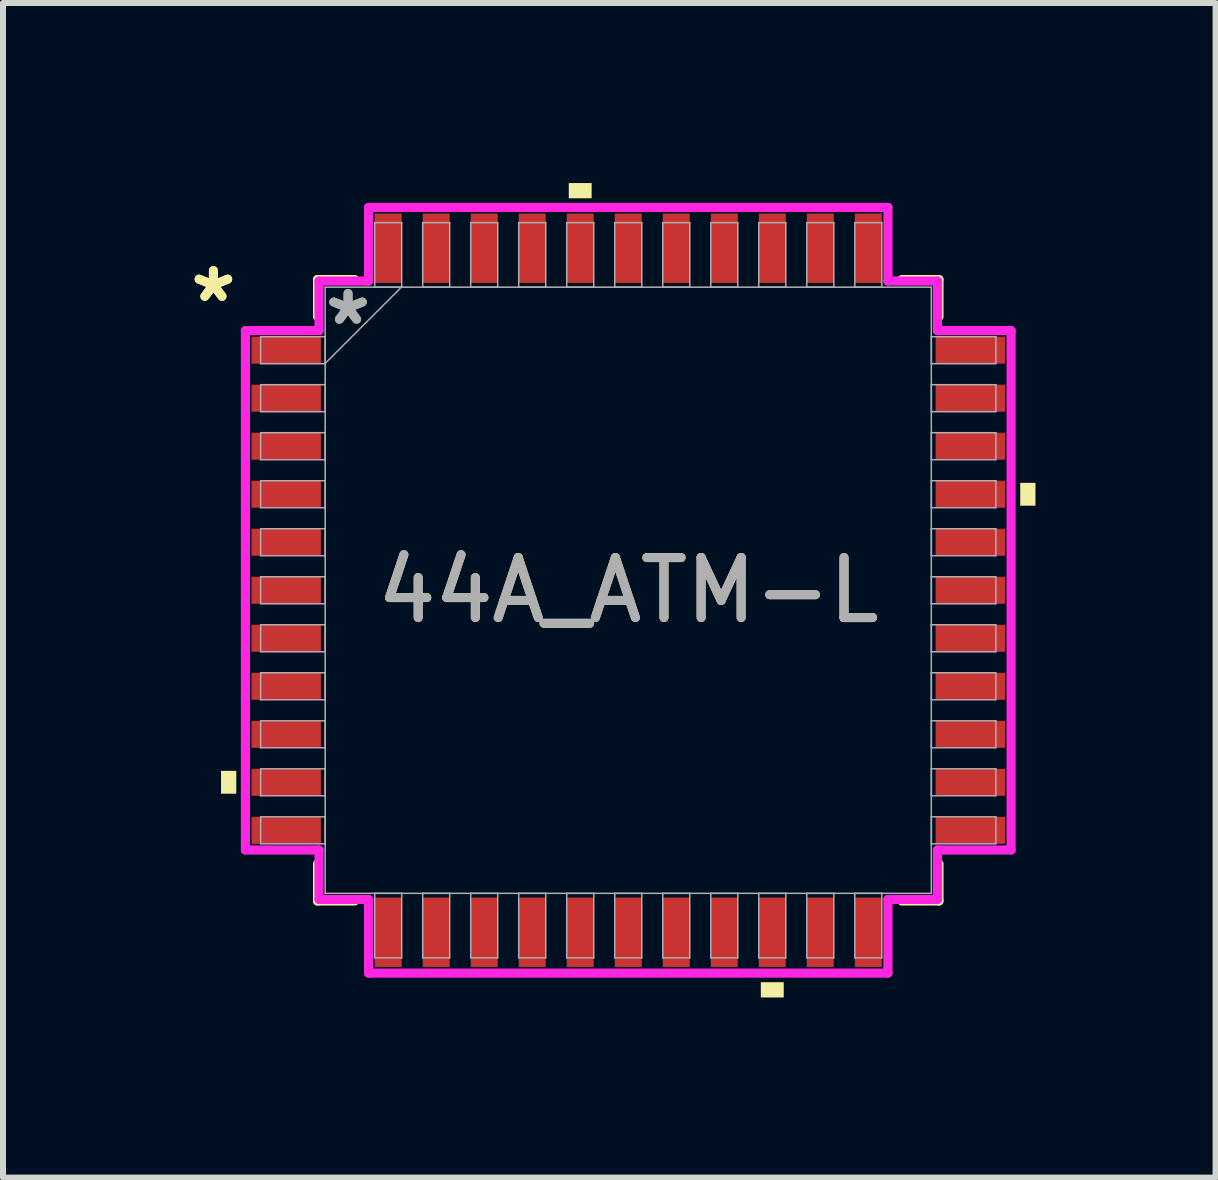
<source format=kicad_pcb>
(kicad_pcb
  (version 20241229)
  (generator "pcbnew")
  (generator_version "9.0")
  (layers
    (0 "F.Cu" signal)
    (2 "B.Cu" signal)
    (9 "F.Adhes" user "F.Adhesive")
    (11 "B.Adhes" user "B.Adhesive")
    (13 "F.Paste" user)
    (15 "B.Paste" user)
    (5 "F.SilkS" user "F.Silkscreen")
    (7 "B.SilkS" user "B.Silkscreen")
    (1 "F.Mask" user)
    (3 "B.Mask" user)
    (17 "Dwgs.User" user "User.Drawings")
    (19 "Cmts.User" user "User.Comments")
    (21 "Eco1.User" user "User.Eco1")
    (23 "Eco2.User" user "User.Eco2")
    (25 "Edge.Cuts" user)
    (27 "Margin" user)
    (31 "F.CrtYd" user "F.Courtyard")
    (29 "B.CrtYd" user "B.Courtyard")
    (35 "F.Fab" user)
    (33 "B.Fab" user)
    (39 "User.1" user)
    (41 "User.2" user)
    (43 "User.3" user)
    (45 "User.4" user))
  (footprint "44A_ATM-L"
    (layer "F.Cu")
    (at 7.418 6.785)
    (property "Reference" "44A_ATM-L" (at 0 0 0) (unlocked yes) (layer "F.SilkS") (effects (font (size 1 1) (thickness 0.15))))
    (attr smd)
    (fp_line (start -5.177 -5.177) (end -5.177 -4.558) (stroke (width 0.152) (type solid)) (layer "F.SilkS"))
    (fp_line (start -5.177 4.558) (end -5.177 5.177) (stroke (width 0.152) (type solid)) (layer "F.SilkS"))
    (fp_line (start -5.177 5.177) (end -4.558 5.177) (stroke (width 0.152) (type solid)) (layer "F.SilkS"))
    (fp_line (start -4.558 -5.177) (end -5.177 -5.177) (stroke (width 0.152) (type solid)) (layer "F.SilkS"))
    (fp_line (start 4.558 5.177) (end 5.177 5.177) (stroke (width 0.152) (type solid)) (layer "F.SilkS"))
    (fp_line (start 5.177 -5.177) (end 4.558 -5.177) (stroke (width 0.152) (type solid)) (layer "F.SilkS"))
    (fp_line (start 5.177 -4.558) (end 5.177 -5.177) (stroke (width 0.152) (type solid)) (layer "F.SilkS"))
    (fp_line (start 5.177 5.177) (end 5.177 4.558) (stroke (width 0.152) (type solid)) (layer "F.SilkS"))
    (fp_poly (pts (xy -6.785 3.009) (xy -6.785 3.39) (xy -6.531 3.39) (xy -6.531 3.009)) (stroke (width 0) (type solid)) (fill yes) (layer "F.SilkS"))
    (fp_poly (pts (xy -0.991 -6.531) (xy -0.991 -6.785) (xy -0.61 -6.785) (xy -0.61 -6.531)) (stroke (width 0) (type solid)) (fill yes) (layer "F.SilkS"))
    (fp_poly (pts (xy 2.209 6.531) (xy 2.209 6.785) (xy 2.591 6.785) (xy 2.591 6.531)) (stroke (width 0) (type solid)) (fill yes) (layer "F.SilkS"))
    (fp_poly (pts (xy 6.785 -1.79) (xy 6.785 -1.409) (xy 6.531 -1.409) (xy 6.531 -1.79)) (stroke (width 0) (type solid)) (fill yes) (layer "F.SilkS"))
    (fp_line (start -6.379 -4.327) (end -5.152 -4.327) (stroke (width 0.152) (type solid)) (layer "F.CrtYd"))
    (fp_line (start -6.379 4.327) (end -6.379 -4.327) (stroke (width 0.152) (type solid)) (layer "F.CrtYd"))
    (fp_line (start -5.152 -5.152) (end -4.327 -5.152) (stroke (width 0.152) (type solid)) (layer "F.CrtYd"))
    (fp_line (start -5.152 -4.327) (end -5.152 -5.152) (stroke (width 0.152) (type solid)) (layer "F.CrtYd"))
    (fp_line (start -5.152 4.327) (end -6.379 4.327) (stroke (width 0.152) (type solid)) (layer "F.CrtYd"))
    (fp_line (start -5.152 5.152) (end -5.152 4.327) (stroke (width 0.152) (type solid)) (layer "F.CrtYd"))
    (fp_line (start -5.152 5.152) (end -4.327 5.152) (stroke (width 0.152) (type solid)) (layer "F.CrtYd"))
    (fp_line (start -4.327 -6.379) (end 4.327 -6.379) (stroke (width 0.152) (type solid)) (layer "F.CrtYd"))
    (fp_line (start -4.327 -5.152) (end -4.327 -6.379) (stroke (width 0.152) (type solid)) (layer "F.CrtYd"))
    (fp_line (start -4.327 5.152) (end -4.327 6.379) (stroke (width 0.152) (type solid)) (layer "F.CrtYd"))
    (fp_line (start -4.327 6.379) (end 4.327 6.379) (stroke (width 0.152) (type solid)) (layer "F.CrtYd"))
    (fp_line (start 4.327 -6.379) (end 4.327 -5.152) (stroke (width 0.152) (type solid)) (layer "F.CrtYd"))
    (fp_line (start 4.327 -5.152) (end 5.152 -5.152) (stroke (width 0.152) (type solid)) (layer "F.CrtYd"))
    (fp_line (start 4.327 5.152) (end 5.152 5.152) (stroke (width 0.152) (type solid)) (layer "F.CrtYd"))
    (fp_line (start 4.327 6.379) (end 4.327 5.152) (stroke (width 0.152) (type solid)) (layer "F.CrtYd"))
    (fp_line (start 5.152 -4.327) (end 5.152 -5.152) (stroke (width 0.152) (type solid)) (layer "F.CrtYd"))
    (fp_line (start 5.152 4.327) (end 6.379 4.327) (stroke (width 0.152) (type solid)) (layer "F.CrtYd"))
    (fp_line (start 5.152 5.152) (end 5.152 4.327) (stroke (width 0.152) (type solid)) (layer "F.CrtYd"))
    (fp_line (start 6.379 -4.327) (end 5.152 -4.327) (stroke (width 0.152) (type solid)) (layer "F.CrtYd"))
    (fp_line (start 6.379 4.327) (end 6.379 -4.327) (stroke (width 0.152) (type solid)) (layer "F.CrtYd"))
    (fp_line (start -6.125 -4.225) (end -6.125 -3.775) (stroke (width 0.025) (type solid)) (layer "F.Fab"))
    (fp_line (start -6.125 -3.775) (end -5.05 -3.775) (stroke (width 0.025) (type solid)) (layer "F.Fab"))
    (fp_line (start -6.125 -3.425) (end -6.125 -2.975) (stroke (width 0.025) (type solid)) (layer "F.Fab"))
    (fp_line (start -6.125 -2.975) (end -5.05 -2.975) (stroke (width 0.025) (type solid)) (layer "F.Fab"))
    (fp_line (start -6.125 -2.625) (end -6.125 -2.175) (stroke (width 0.025) (type solid)) (layer "F.Fab"))
    (fp_line (start -6.125 -2.175) (end -5.05 -2.175) (stroke (width 0.025) (type solid)) (layer "F.Fab"))
    (fp_line (start -6.125 -1.825) (end -6.125 -1.375) (stroke (width 0.025) (type solid)) (layer "F.Fab"))
    (fp_line (start -6.125 -1.375) (end -5.05 -1.375) (stroke (width 0.025) (type solid)) (layer "F.Fab"))
    (fp_line (start -6.125 -1.025) (end -6.125 -0.575) (stroke (width 0.025) (type solid)) (layer "F.Fab"))
    (fp_line (start -6.125 -0.575) (end -5.05 -0.575) (stroke (width 0.025) (type solid)) (layer "F.Fab"))
    (fp_line (start -6.125 -0.225) (end -6.125 0.225) (stroke (width 0.025) (type solid)) (layer "F.Fab"))
    (fp_line (start -6.125 0.225) (end -5.05 0.225) (stroke (width 0.025) (type solid)) (layer "F.Fab"))
    (fp_line (start -6.125 0.575) (end -6.125 1.025) (stroke (width 0.025) (type solid)) (layer "F.Fab"))
    (fp_line (start -6.125 1.025) (end -5.05 1.025) (stroke (width 0.025) (type solid)) (layer "F.Fab"))
    (fp_line (start -6.125 1.375) (end -6.125 1.825) (stroke (width 0.025) (type solid)) (layer "F.Fab"))
    (fp_line (start -6.125 1.825) (end -5.05 1.825) (stroke (width 0.025) (type solid)) (layer "F.Fab"))
    (fp_line (start -6.125 2.175) (end -6.125 2.625) (stroke (width 0.025) (type solid)) (layer "F.Fab"))
    (fp_line (start -6.125 2.625) (end -5.05 2.625) (stroke (width 0.025) (type solid)) (layer "F.Fab"))
    (fp_line (start -6.125 2.975) (end -6.125 3.425) (stroke (width 0.025) (type solid)) (layer "F.Fab"))
    (fp_line (start -6.125 3.425) (end -5.05 3.425) (stroke (width 0.025) (type solid)) (layer "F.Fab"))
    (fp_line (start -6.125 3.775) (end -6.125 4.225) (stroke (width 0.025) (type solid)) (layer "F.Fab"))
    (fp_line (start -6.125 4.225) (end -5.05 4.225) (stroke (width 0.025) (type solid)) (layer "F.Fab"))
    (fp_line (start -5.05 -5.05) (end -5.05 5.05) (stroke (width 0.025) (type solid)) (layer "F.Fab"))
    (fp_line (start -5.05 -4.225) (end -6.125 -4.225) (stroke (width 0.025) (type solid)) (layer "F.Fab"))
    (fp_line (start -5.05 -3.78) (end -3.78 -5.05) (stroke (width 0.025) (type solid)) (layer "F.Fab"))
    (fp_line (start -5.05 -3.775) (end -5.05 -4.225) (stroke (width 0.025) (type solid)) (layer "F.Fab"))
    (fp_line (start -5.05 -3.425) (end -6.125 -3.425) (stroke (width 0.025) (type solid)) (layer "F.Fab"))
    (fp_line (start -5.05 -2.975) (end -5.05 -3.425) (stroke (width 0.025) (type solid)) (layer "F.Fab"))
    (fp_line (start -5.05 -2.625) (end -6.125 -2.625) (stroke (width 0.025) (type solid)) (layer "F.Fab"))
    (fp_line (start -5.05 -2.175) (end -5.05 -2.625) (stroke (width 0.025) (type solid)) (layer "F.Fab"))
    (fp_line (start -5.05 -1.825) (end -6.125 -1.825) (stroke (width 0.025) (type solid)) (layer "F.Fab"))
    (fp_line (start -5.05 -1.375) (end -5.05 -1.825) (stroke (width 0.025) (type solid)) (layer "F.Fab"))
    (fp_line (start -5.05 -1.025) (end -6.125 -1.025) (stroke (width 0.025) (type solid)) (layer "F.Fab"))
    (fp_line (start -5.05 -0.575) (end -5.05 -1.025) (stroke (width 0.025) (type solid)) (layer "F.Fab"))
    (fp_line (start -5.05 -0.225) (end -6.125 -0.225) (stroke (width 0.025) (type solid)) (layer "F.Fab"))
    (fp_line (start -5.05 0.225) (end -5.05 -0.225) (stroke (width 0.025) (type solid)) (layer "F.Fab"))
    (fp_line (start -5.05 0.575) (end -6.125 0.575) (stroke (width 0.025) (type solid)) (layer "F.Fab"))
    (fp_line (start -5.05 1.025) (end -5.05 0.575) (stroke (width 0.025) (type solid)) (layer "F.Fab"))
    (fp_line (start -5.05 1.375) (end -6.125 1.375) (stroke (width 0.025) (type solid)) (layer "F.Fab"))
    (fp_line (start -5.05 1.825) (end -5.05 1.375) (stroke (width 0.025) (type solid)) (layer "F.Fab"))
    (fp_line (start -5.05 2.175) (end -6.125 2.175) (stroke (width 0.025) (type solid)) (layer "F.Fab"))
    (fp_line (start -5.05 2.625) (end -5.05 2.175) (stroke (width 0.025) (type solid)) (layer "F.Fab"))
    (fp_line (start -5.05 2.975) (end -6.125 2.975) (stroke (width 0.025) (type solid)) (layer "F.Fab"))
    (fp_line (start -5.05 3.425) (end -5.05 2.975) (stroke (width 0.025) (type solid)) (layer "F.Fab"))
    (fp_line (start -5.05 3.775) (end -6.125 3.775) (stroke (width 0.025) (type solid)) (layer "F.Fab"))
    (fp_line (start -5.05 4.225) (end -5.05 3.775) (stroke (width 0.025) (type solid)) (layer "F.Fab"))
    (fp_line (start -5.05 5.05) (end 5.05 5.05) (stroke (width 0.025) (type solid)) (layer "F.Fab"))
    (fp_line (start -4.225 5.05) (end -4.225 6.125) (stroke (width 0.025) (type solid)) (layer "F.Fab"))
    (fp_line (start -4.225 6.125) (end -3.775 6.125) (stroke (width 0.025) (type solid)) (layer "F.Fab"))
    (fp_line (start -4.225 -6.125) (end -4.225 -5.05) (stroke (width 0.025) (type solid)) (layer "F.Fab"))
    (fp_line (start -4.225 -5.05) (end -3.775 -5.05) (stroke (width 0.025) (type solid)) (layer "F.Fab"))
    (fp_line (start -3.775 5.05) (end -4.225 5.05) (stroke (width 0.025) (type solid)) (layer "F.Fab"))
    (fp_line (start -3.775 6.125) (end -3.775 5.05) (stroke (width 0.025) (type solid)) (layer "F.Fab"))
    (fp_line (start -3.775 -6.125) (end -4.225 -6.125) (stroke (width 0.025) (type solid)) (layer "F.Fab"))
    (fp_line (start -3.775 -5.05) (end -3.775 -6.125) (stroke (width 0.025) (type solid)) (layer "F.Fab"))
    (fp_line (start -3.425 -6.125) (end -3.425 -5.05) (stroke (width 0.025) (type solid)) (layer "F.Fab"))
    (fp_line (start -3.425 -5.05) (end -2.975 -5.05) (stroke (width 0.025) (type solid)) (layer "F.Fab"))
    (fp_line (start -3.425 5.05) (end -3.425 6.125) (stroke (width 0.025) (type solid)) (layer "F.Fab"))
    (fp_line (start -3.425 6.125) (end -2.975 6.125) (stroke (width 0.025) (type solid)) (layer "F.Fab"))
    (fp_line (start -2.975 5.05) (end -3.425 5.05) (stroke (width 0.025) (type solid)) (layer "F.Fab"))
    (fp_line (start -2.975 6.125) (end -2.975 5.05) (stroke (width 0.025) (type solid)) (layer "F.Fab"))
    (fp_line (start -2.975 -6.125) (end -3.425 -6.125) (stroke (width 0.025) (type solid)) (layer "F.Fab"))
    (fp_line (start -2.975 -5.05) (end -2.975 -6.125) (stroke (width 0.025) (type solid)) (layer "F.Fab"))
    (fp_line (start -2.625 -6.125) (end -2.625 -5.05) (stroke (width 0.025) (type solid)) (layer "F.Fab"))
    (fp_line (start -2.625 -5.05) (end -2.175 -5.05) (stroke (width 0.025) (type solid)) (layer "F.Fab"))
    (fp_line (start -2.625 5.05) (end -2.625 6.125) (stroke (width 0.025) (type solid)) (layer "F.Fab"))
    (fp_line (start -2.625 6.125) (end -2.175 6.125) (stroke (width 0.025) (type solid)) (layer "F.Fab"))
    (fp_line (start -2.175 -6.125) (end -2.625 -6.125) (stroke (width 0.025) (type solid)) (layer "F.Fab"))
    (fp_line (start -2.175 -5.05) (end -2.175 -6.125) (stroke (width 0.025) (type solid)) (layer "F.Fab"))
    (fp_line (start -2.175 5.05) (end -2.625 5.05) (stroke (width 0.025) (type solid)) (layer "F.Fab"))
    (fp_line (start -2.175 6.125) (end -2.175 5.05) (stroke (width 0.025) (type solid)) (layer "F.Fab"))
    (fp_line (start -1.825 -6.125) (end -1.825 -5.05) (stroke (width 0.025) (type solid)) (layer "F.Fab"))
    (fp_line (start -1.825 -5.05) (end -1.375 -5.05) (stroke (width 0.025) (type solid)) (layer "F.Fab"))
    (fp_line (start -1.825 5.05) (end -1.825 6.125) (stroke (width 0.025) (type solid)) (layer "F.Fab"))
    (fp_line (start -1.825 6.125) (end -1.375 6.125) (stroke (width 0.025) (type solid)) (layer "F.Fab"))
    (fp_line (start -1.375 -6.125) (end -1.825 -6.125) (stroke (width 0.025) (type solid)) (layer "F.Fab"))
    (fp_line (start -1.375 -5.05) (end -1.375 -6.125) (stroke (width 0.025) (type solid)) (layer "F.Fab"))
    (fp_line (start -1.375 5.05) (end -1.825 5.05) (stroke (width 0.025) (type solid)) (layer "F.Fab"))
    (fp_line (start -1.375 6.125) (end -1.375 5.05) (stroke (width 0.025) (type solid)) (layer "F.Fab"))
    (fp_line (start -1.025 -6.125) (end -1.025 -5.05) (stroke (width 0.025) (type solid)) (layer "F.Fab"))
    (fp_line (start -1.025 -5.05) (end -0.575 -5.05) (stroke (width 0.025) (type solid)) (layer "F.Fab"))
    (fp_line (start -1.025 5.05) (end -1.025 6.125) (stroke (width 0.025) (type solid)) (layer "F.Fab"))
    (fp_line (start -1.025 6.125) (end -0.575 6.125) (stroke (width 0.025) (type solid)) (layer "F.Fab"))
    (fp_line (start -0.575 -6.125) (end -1.025 -6.125) (stroke (width 0.025) (type solid)) (layer "F.Fab"))
    (fp_line (start -0.575 -5.05) (end -0.575 -6.125) (stroke (width 0.025) (type solid)) (layer "F.Fab"))
    (fp_line (start -0.575 5.05) (end -1.025 5.05) (stroke (width 0.025) (type solid)) (layer "F.Fab"))
    (fp_line (start -0.575 6.125) (end -0.575 5.05) (stroke (width 0.025) (type solid)) (layer "F.Fab"))
    (fp_line (start -0.225 -6.125) (end -0.225 -5.05) (stroke (width 0.025) (type solid)) (layer "F.Fab"))
    (fp_line (start -0.225 -5.05) (end 0.225 -5.05) (stroke (width 0.025) (type solid)) (layer "F.Fab"))
    (fp_line (start -0.225 5.05) (end -0.225 6.125) (stroke (width 0.025) (type solid)) (layer "F.Fab"))
    (fp_line (start -0.225 6.125) (end 0.225 6.125) (stroke (width 0.025) (type solid)) (layer "F.Fab"))
    (fp_line (start 0.225 -6.125) (end -0.225 -6.125) (stroke (width 0.025) (type solid)) (layer "F.Fab"))
    (fp_line (start 0.225 -5.05) (end 0.225 -6.125) (stroke (width 0.025) (type solid)) (layer "F.Fab"))
    (fp_line (start 0.225 5.05) (end -0.225 5.05) (stroke (width 0.025) (type solid)) (layer "F.Fab"))
    (fp_line (start 0.225 6.125) (end 0.225 5.05) (stroke (width 0.025) (type solid)) (layer "F.Fab"))
    (fp_line (start 0.575 -6.125) (end 0.575 -5.05) (stroke (width 0.025) (type solid)) (layer "F.Fab"))
    (fp_line (start 0.575 -5.05) (end 1.025 -5.05) (stroke (width 0.025) (type solid)) (layer "F.Fab"))
    (fp_line (start 0.575 5.05) (end 0.575 6.125) (stroke (width 0.025) (type solid)) (layer "F.Fab"))
    (fp_line (start 0.575 6.125) (end 1.025 6.125) (stroke (width 0.025) (type solid)) (layer "F.Fab"))
    (fp_line (start 1.025 -6.125) (end 0.575 -6.125) (stroke (width 0.025) (type solid)) (layer "F.Fab"))
    (fp_line (start 1.025 -5.05) (end 1.025 -6.125) (stroke (width 0.025) (type solid)) (layer "F.Fab"))
    (fp_line (start 1.025 5.05) (end 0.575 5.05) (stroke (width 0.025) (type solid)) (layer "F.Fab"))
    (fp_line (start 1.025 6.125) (end 1.025 5.05) (stroke (width 0.025) (type solid)) (layer "F.Fab"))
    (fp_line (start 1.375 -6.125) (end 1.375 -5.05) (stroke (width 0.025) (type solid)) (layer "F.Fab"))
    (fp_line (start 1.375 -5.05) (end 1.825 -5.05) (stroke (width 0.025) (type solid)) (layer "F.Fab"))
    (fp_line (start 1.375 5.05) (end 1.375 6.125) (stroke (width 0.025) (type solid)) (layer "F.Fab"))
    (fp_line (start 1.375 6.125) (end 1.825 6.125) (stroke (width 0.025) (type solid)) (layer "F.Fab"))
    (fp_line (start 1.825 -6.125) (end 1.375 -6.125) (stroke (width 0.025) (type solid)) (layer "F.Fab"))
    (fp_line (start 1.825 -5.05) (end 1.825 -6.125) (stroke (width 0.025) (type solid)) (layer "F.Fab"))
    (fp_line (start 1.825 5.05) (end 1.375 5.05) (stroke (width 0.025) (type solid)) (layer "F.Fab"))
    (fp_line (start 1.825 6.125) (end 1.825 5.05) (stroke (width 0.025) (type solid)) (layer "F.Fab"))
    (fp_line (start 2.175 -6.125) (end 2.175 -5.05) (stroke (width 0.025) (type solid)) (layer "F.Fab"))
    (fp_line (start 2.175 -5.05) (end 2.625 -5.05) (stroke (width 0.025) (type solid)) (layer "F.Fab"))
    (fp_line (start 2.175 5.05) (end 2.175 6.125) (stroke (width 0.025) (type solid)) (layer "F.Fab"))
    (fp_line (start 2.175 6.125) (end 2.625 6.125) (stroke (width 0.025) (type solid)) (layer "F.Fab"))
    (fp_line (start 2.625 -6.125) (end 2.175 -6.125) (stroke (width 0.025) (type solid)) (layer "F.Fab"))
    (fp_line (start 2.625 -5.05) (end 2.625 -6.125) (stroke (width 0.025) (type solid)) (layer "F.Fab"))
    (fp_line (start 2.625 5.05) (end 2.175 5.05) (stroke (width 0.025) (type solid)) (layer "F.Fab"))
    (fp_line (start 2.625 6.125) (end 2.625 5.05) (stroke (width 0.025) (type solid)) (layer "F.Fab"))
    (fp_line (start 2.975 5.05) (end 2.975 6.125) (stroke (width 0.025) (type solid)) (layer "F.Fab"))
    (fp_line (start 2.975 6.125) (end 3.425 6.125) (stroke (width 0.025) (type solid)) (layer "F.Fab"))
    (fp_line (start 2.975 -6.125) (end 2.975 -5.05) (stroke (width 0.025) (type solid)) (layer "F.Fab"))
    (fp_line (start 2.975 -5.05) (end 3.425 -5.05) (stroke (width 0.025) (type solid)) (layer "F.Fab"))
    (fp_line (start 3.425 -6.125) (end 2.975 -6.125) (stroke (width 0.025) (type solid)) (layer "F.Fab"))
    (fp_line (start 3.425 -5.05) (end 3.425 -6.125) (stroke (width 0.025) (type solid)) (layer "F.Fab"))
    (fp_line (start 3.425 5.05) (end 2.975 5.05) (stroke (width 0.025) (type solid)) (layer "F.Fab"))
    (fp_line (start 3.425 6.125) (end 3.425 5.05) (stroke (width 0.025) (type solid)) (layer "F.Fab"))
    (fp_line (start 3.775 5.05) (end 3.775 6.125) (stroke (width 0.025) (type solid)) (layer "F.Fab"))
    (fp_line (start 3.775 6.125) (end 4.225 6.125) (stroke (width 0.025) (type solid)) (layer "F.Fab"))
    (fp_line (start 3.775 -6.125) (end 3.775 -5.05) (stroke (width 0.025) (type solid)) (layer "F.Fab"))
    (fp_line (start 3.775 -5.05) (end 4.225 -5.05) (stroke (width 0.025) (type solid)) (layer "F.Fab"))
    (fp_line (start 4.225 5.05) (end 3.775 5.05) (stroke (width 0.025) (type solid)) (layer "F.Fab"))
    (fp_line (start 4.225 6.125) (end 4.225 5.05) (stroke (width 0.025) (type solid)) (layer "F.Fab"))
    (fp_line (start 4.225 -6.125) (end 3.775 -6.125) (stroke (width 0.025) (type solid)) (layer "F.Fab"))
    (fp_line (start 4.225 -5.05) (end 4.225 -6.125) (stroke (width 0.025) (type solid)) (layer "F.Fab"))
    (fp_line (start 5.05 -5.05) (end -5.05 -5.05) (stroke (width 0.025) (type solid)) (layer "F.Fab"))
    (fp_line (start 5.05 -4.225) (end 5.05 -3.775) (stroke (width 0.025) (type solid)) (layer "F.Fab"))
    (fp_line (start 5.05 -3.775) (end 6.125 -3.775) (stroke (width 0.025) (type solid)) (layer "F.Fab"))
    (fp_line (start 5.05 -3.425) (end 5.05 -2.975) (stroke (width 0.025) (type solid)) (layer "F.Fab"))
    (fp_line (start 5.05 -2.975) (end 6.125 -2.975) (stroke (width 0.025) (type solid)) (layer "F.Fab"))
    (fp_line (start 5.05 -2.625) (end 5.05 -2.175) (stroke (width 0.025) (type solid)) (layer "F.Fab"))
    (fp_line (start 5.05 -2.175) (end 6.125 -2.175) (stroke (width 0.025) (type solid)) (layer "F.Fab"))
    (fp_line (start 5.05 -1.825) (end 5.05 -1.375) (stroke (width 0.025) (type solid)) (layer "F.Fab"))
    (fp_line (start 5.05 -1.375) (end 6.125 -1.375) (stroke (width 0.025) (type solid)) (layer "F.Fab"))
    (fp_line (start 5.05 -1.025) (end 5.05 -0.575) (stroke (width 0.025) (type solid)) (layer "F.Fab"))
    (fp_line (start 5.05 -0.575) (end 6.125 -0.575) (stroke (width 0.025) (type solid)) (layer "F.Fab"))
    (fp_line (start 5.05 -0.225) (end 5.05 0.225) (stroke (width 0.025) (type solid)) (layer "F.Fab"))
    (fp_line (start 5.05 0.225) (end 6.125 0.225) (stroke (width 0.025) (type solid)) (layer "F.Fab"))
    (fp_line (start 5.05 0.575) (end 5.05 1.025) (stroke (width 0.025) (type solid)) (layer "F.Fab"))
    (fp_line (start 5.05 1.025) (end 6.125 1.025) (stroke (width 0.025) (type solid)) (layer "F.Fab"))
    (fp_line (start 5.05 1.375) (end 5.05 1.825) (stroke (width 0.025) (type solid)) (layer "F.Fab"))
    (fp_line (start 5.05 1.825) (end 6.125 1.825) (stroke (width 0.025) (type solid)) (layer "F.Fab"))
    (fp_line (start 5.05 2.175) (end 5.05 2.625) (stroke (width 0.025) (type solid)) (layer "F.Fab"))
    (fp_line (start 5.05 2.625) (end 6.125 2.625) (stroke (width 0.025) (type solid)) (layer "F.Fab"))
    (fp_line (start 5.05 2.975) (end 5.05 3.425) (stroke (width 0.025) (type solid)) (layer "F.Fab"))
    (fp_line (start 5.05 3.425) (end 6.125 3.425) (stroke (width 0.025) (type solid)) (layer "F.Fab"))
    (fp_line (start 5.05 3.775) (end 5.05 4.225) (stroke (width 0.025) (type solid)) (layer "F.Fab"))
    (fp_line (start 5.05 4.225) (end 6.125 4.225) (stroke (width 0.025) (type solid)) (layer "F.Fab"))
    (fp_line (start 5.05 5.05) (end 5.05 -5.05) (stroke (width 0.025) (type solid)) (layer "F.Fab"))
    (fp_line (start 6.125 -4.225) (end 5.05 -4.225) (stroke (width 0.025) (type solid)) (layer "F.Fab"))
    (fp_line (start 6.125 -3.775) (end 6.125 -4.225) (stroke (width 0.025) (type solid)) (layer "F.Fab"))
    (fp_line (start 6.125 -3.425) (end 5.05 -3.425) (stroke (width 0.025) (type solid)) (layer "F.Fab"))
    (fp_line (start 6.125 -2.975) (end 6.125 -3.425) (stroke (width 0.025) (type solid)) (layer "F.Fab"))
    (fp_line (start 6.125 -2.625) (end 5.05 -2.625) (stroke (width 0.025) (type solid)) (layer "F.Fab"))
    (fp_line (start 6.125 -2.175) (end 6.125 -2.625) (stroke (width 0.025) (type solid)) (layer "F.Fab"))
    (fp_line (start 6.125 -1.825) (end 5.05 -1.825) (stroke (width 0.025) (type solid)) (layer "F.Fab"))
    (fp_line (start 6.125 -1.375) (end 6.125 -1.825) (stroke (width 0.025) (type solid)) (layer "F.Fab"))
    (fp_line (start 6.125 -1.025) (end 5.05 -1.025) (stroke (width 0.025) (type solid)) (layer "F.Fab"))
    (fp_line (start 6.125 -0.575) (end 6.125 -1.025) (stroke (width 0.025) (type solid)) (layer "F.Fab"))
    (fp_line (start 6.125 -0.225) (end 5.05 -0.225) (stroke (width 0.025) (type solid)) (layer "F.Fab"))
    (fp_line (start 6.125 0.225) (end 6.125 -0.225) (stroke (width 0.025) (type solid)) (layer "F.Fab"))
    (fp_line (start 6.125 0.575) (end 5.05 0.575) (stroke (width 0.025) (type solid)) (layer "F.Fab"))
    (fp_line (start 6.125 1.025) (end 6.125 0.575) (stroke (width 0.025) (type solid)) (layer "F.Fab"))
    (fp_line (start 6.125 1.375) (end 5.05 1.375) (stroke (width 0.025) (type solid)) (layer "F.Fab"))
    (fp_line (start 6.125 1.825) (end 6.125 1.375) (stroke (width 0.025) (type solid)) (layer "F.Fab"))
    (fp_line (start 6.125 2.175) (end 5.05 2.175) (stroke (width 0.025) (type solid)) (layer "F.Fab"))
    (fp_line (start 6.125 2.625) (end 6.125 2.175) (stroke (width 0.025) (type solid)) (layer "F.Fab"))
    (fp_line (start 6.125 2.975) (end 5.05 2.975) (stroke (width 0.025) (type solid)) (layer "F.Fab"))
    (fp_line (start 6.125 3.425) (end 6.125 2.975) (stroke (width 0.025) (type solid)) (layer "F.Fab"))
    (fp_line (start 6.125 3.775) (end 5.05 3.775) (stroke (width 0.025) (type solid)) (layer "F.Fab"))
    (fp_line (start 6.125 4.225) (end 6.125 3.775) (stroke (width 0.025) (type solid)) (layer "F.Fab"))
    (fp_text user "*" (at -6.912 -4.781 0) (unlocked yes) (layer "F.SilkS") (effects (font (size 1 1) (thickness 0.15))))
    (fp_text user "*" (at -6.912 -4.781 0) (layer "F.SilkS") (effects (font (size 1 1) (thickness 0.15))))
    (fp_text user "*" (at -4.669 -4.4 0) (unlocked yes) (layer "F.Fab") (effects (font (size 1 1) (thickness 0.15))))
    (fp_text user "*" (at -4.669 -4.4 0) (layer "F.Fab") (effects (font (size 1 1) (thickness 0.15))))
    (fp_text user "${REFERENCE}" (at 0 0 0) (unlocked yes) (layer "F.Fab") (effects (font (size 1 1) (thickness 0.15))))
    (pad "1" smd rect (at -5.699 -4 90) (size 0.45 1.156) (layers "F.Cu" "F.Mask" "F.Paste"))
    (pad "2" smd rect (at -5.699 -3.2 90) (size 0.45 1.156) (layers "F.Cu" "F.Mask" "F.Paste"))
    (pad "3" smd rect (at -5.699 -2.4 90) (size 0.45 1.156) (layers "F.Cu" "F.Mask" "F.Paste"))
    (pad "4" smd rect (at -5.699 -1.6 90) (size 0.45 1.156) (layers "F.Cu" "F.Mask" "F.Paste"))
    (pad "5" smd rect (at -5.699 -0.8 90) (size 0.45 1.156) (layers "F.Cu" "F.Mask" "F.Paste"))
    (pad "6" smd rect (at -5.699 0 90) (size 0.45 1.156) (layers "F.Cu" "F.Mask" "F.Paste"))
    (pad "7" smd rect (at -5.699 0.8 90) (size 0.45 1.156) (layers "F.Cu" "F.Mask" "F.Paste"))
    (pad "8" smd rect (at -5.699 1.6 90) (size 0.45 1.156) (layers "F.Cu" "F.Mask" "F.Paste"))
    (pad "9" smd rect (at -5.699 2.4 90) (size 0.45 1.156) (layers "F.Cu" "F.Mask" "F.Paste"))
    (pad "10" smd rect (at -5.699 3.2 90) (size 0.45 1.156) (layers "F.Cu" "F.Mask" "F.Paste"))
    (pad "11" smd rect (at -5.699 4 90) (size 0.45 1.156) (layers "F.Cu" "F.Mask" "F.Paste"))
    (pad "12" smd rect (at -4 5.699) (size 0.45 1.156) (layers "F.Cu" "F.Mask" "F.Paste"))
    (pad "13" smd rect (at -3.2 5.699) (size 0.45 1.156) (layers "F.Cu" "F.Mask" "F.Paste"))
    (pad "14" smd rect (at -2.4 5.699) (size 0.45 1.156) (layers "F.Cu" "F.Mask" "F.Paste"))
    (pad "15" smd rect (at -1.6 5.699) (size 0.45 1.156) (layers "F.Cu" "F.Mask" "F.Paste"))
    (pad "16" smd rect (at -0.8 5.699) (size 0.45 1.156) (layers "F.Cu" "F.Mask" "F.Paste"))
    (pad "17" smd rect (at 0 5.699) (size 0.45 1.156) (layers "F.Cu" "F.Mask" "F.Paste"))
    (pad "18" smd rect (at 0.8 5.699) (size 0.45 1.156) (layers "F.Cu" "F.Mask" "F.Paste"))
    (pad "19" smd rect (at 1.6 5.699) (size 0.45 1.156) (layers "F.Cu" "F.Mask" "F.Paste"))
    (pad "20" smd rect (at 2.4 5.699) (size 0.45 1.156) (layers "F.Cu" "F.Mask" "F.Paste"))
    (pad "21" smd rect (at 3.2 5.699) (size 0.45 1.156) (layers "F.Cu" "F.Mask" "F.Paste"))
    (pad "22" smd rect (at 4 5.699) (size 0.45 1.156) (layers "F.Cu" "F.Mask" "F.Paste"))
    (pad "23" smd rect (at 5.699 4 90) (size 0.45 1.156) (layers "F.Cu" "F.Mask" "F.Paste"))
    (pad "24" smd rect (at 5.699 3.2 90) (size 0.45 1.156) (layers "F.Cu" "F.Mask" "F.Paste"))
    (pad "25" smd rect (at 5.699 2.4 90) (size 0.45 1.156) (layers "F.Cu" "F.Mask" "F.Paste"))
    (pad "26" smd rect (at 5.699 1.6 90) (size 0.45 1.156) (layers "F.Cu" "F.Mask" "F.Paste"))
    (pad "27" smd rect (at 5.699 0.8 90) (size 0.45 1.156) (layers "F.Cu" "F.Mask" "F.Paste"))
    (pad "28" smd rect (at 5.699 0 90) (size 0.45 1.156) (layers "F.Cu" "F.Mask" "F.Paste"))
    (pad "29" smd rect (at 5.699 -0.8 90) (size 0.45 1.156) (layers "F.Cu" "F.Mask" "F.Paste"))
    (pad "30" smd rect (at 5.699 -1.6 90) (size 0.45 1.156) (layers "F.Cu" "F.Mask" "F.Paste"))
    (pad "31" smd rect (at 5.699 -2.4 90) (size 0.45 1.156) (layers "F.Cu" "F.Mask" "F.Paste"))
    (pad "32" smd rect (at 5.699 -3.2 90) (size 0.45 1.156) (layers "F.Cu" "F.Mask" "F.Paste"))
    (pad "33" smd rect (at 5.699 -4 90) (size 0.45 1.156) (layers "F.Cu" "F.Mask" "F.Paste"))
    (pad "34" smd rect (at 4 -5.699) (size 0.45 1.156) (layers "F.Cu" "F.Mask" "F.Paste"))
    (pad "35" smd rect (at 3.2 -5.699) (size 0.45 1.156) (layers "F.Cu" "F.Mask" "F.Paste"))
    (pad "36" smd rect (at 2.4 -5.699) (size 0.45 1.156) (layers "F.Cu" "F.Mask" "F.Paste"))
    (pad "37" smd rect (at 1.6 -5.699) (size 0.45 1.156) (layers "F.Cu" "F.Mask" "F.Paste"))
    (pad "38" smd rect (at 0.8 -5.699) (size 0.45 1.156) (layers "F.Cu" "F.Mask" "F.Paste"))
    (pad "39" smd rect (at 0 -5.699) (size 0.45 1.156) (layers "F.Cu" "F.Mask" "F.Paste"))
    (pad "40" smd rect (at -0.8 -5.699) (size 0.45 1.156) (layers "F.Cu" "F.Mask" "F.Paste"))
    (pad "41" smd rect (at -1.6 -5.699) (size 0.45 1.156) (layers "F.Cu" "F.Mask" "F.Paste"))
    (pad "42" smd rect (at -2.4 -5.699) (size 0.45 1.156) (layers "F.Cu" "F.Mask" "F.Paste"))
    (pad "43" smd rect (at -3.2 -5.699) (size 0.45 1.156) (layers "F.Cu" "F.Mask" "F.Paste"))
    (pad "44" smd rect (at -4 -5.699) (size 0.45 1.156) (layers "F.Cu" "F.Mask" "F.Paste")))
  (gr_rect
    (start -3 -3)
    (end 17.204 16.571)
    (stroke (width 0.1) (type default))
    (fill no)
    (layer "Edge.Cuts")))
</source>
